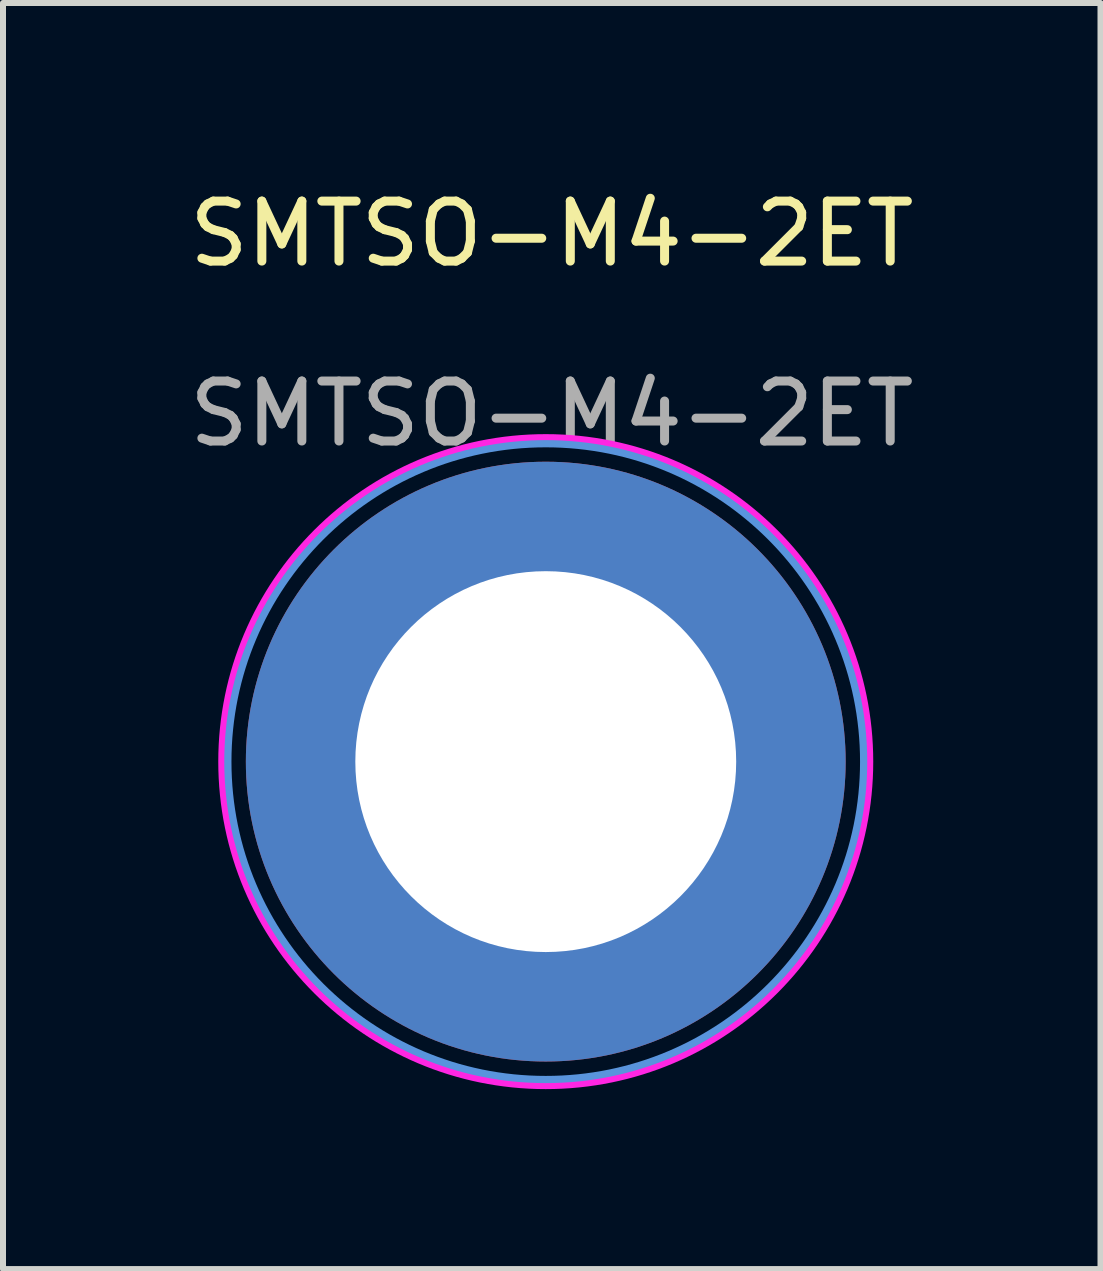
<source format=kicad_pcb>
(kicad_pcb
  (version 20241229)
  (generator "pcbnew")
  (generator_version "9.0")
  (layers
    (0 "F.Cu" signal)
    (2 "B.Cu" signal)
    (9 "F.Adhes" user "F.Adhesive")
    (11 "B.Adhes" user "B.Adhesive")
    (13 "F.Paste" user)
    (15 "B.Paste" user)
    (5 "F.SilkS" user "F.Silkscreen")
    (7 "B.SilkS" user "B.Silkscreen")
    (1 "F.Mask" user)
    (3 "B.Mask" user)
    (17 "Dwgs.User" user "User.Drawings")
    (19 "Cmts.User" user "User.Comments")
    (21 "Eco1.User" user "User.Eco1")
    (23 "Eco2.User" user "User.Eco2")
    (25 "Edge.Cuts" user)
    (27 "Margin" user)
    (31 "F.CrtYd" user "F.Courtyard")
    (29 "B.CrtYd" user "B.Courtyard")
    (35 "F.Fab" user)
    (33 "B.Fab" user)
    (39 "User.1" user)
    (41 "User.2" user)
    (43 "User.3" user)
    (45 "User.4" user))
  (footprint "SMTSO-M4-2ET"
    (layer "F.Cu")
    (at 6.049 9.648)
    (property "Reference" "SMTSO-M4-2ET" (at 0.1 -8.8 0) (unlocked yes) (layer "F.SilkS") (effects (font (size 1 1) (thickness 0.15))))
    (attr through_hole)
    (fp_circle (center 0 0) (end 5.3 0) (stroke (width 0.12) (type solid)) (fill no) (layer "Cmts.User"))
    (fp_circle (center 0 0) (end 5.4 0) (stroke (width 0.12) (type solid)) (fill no) (layer "F.CrtYd"))
    (fp_text user "${REFERENCE}" (at 0.1 -5.8 0) (unlocked yes) (layer "F.Fab") (effects (font (size 1 1) (thickness 0.15))))
    (pad "1" thru_hole circle (at 0 0) (size 10 10) (drill 6.35) (layers "*.Cu" "*.Mask")))
  (gr_rect
    (start -3 -3)
    (end 15.298 18.108)
    (stroke (width 0.1) (type default))
    (fill no)
    (layer "Edge.Cuts")))
</source>
